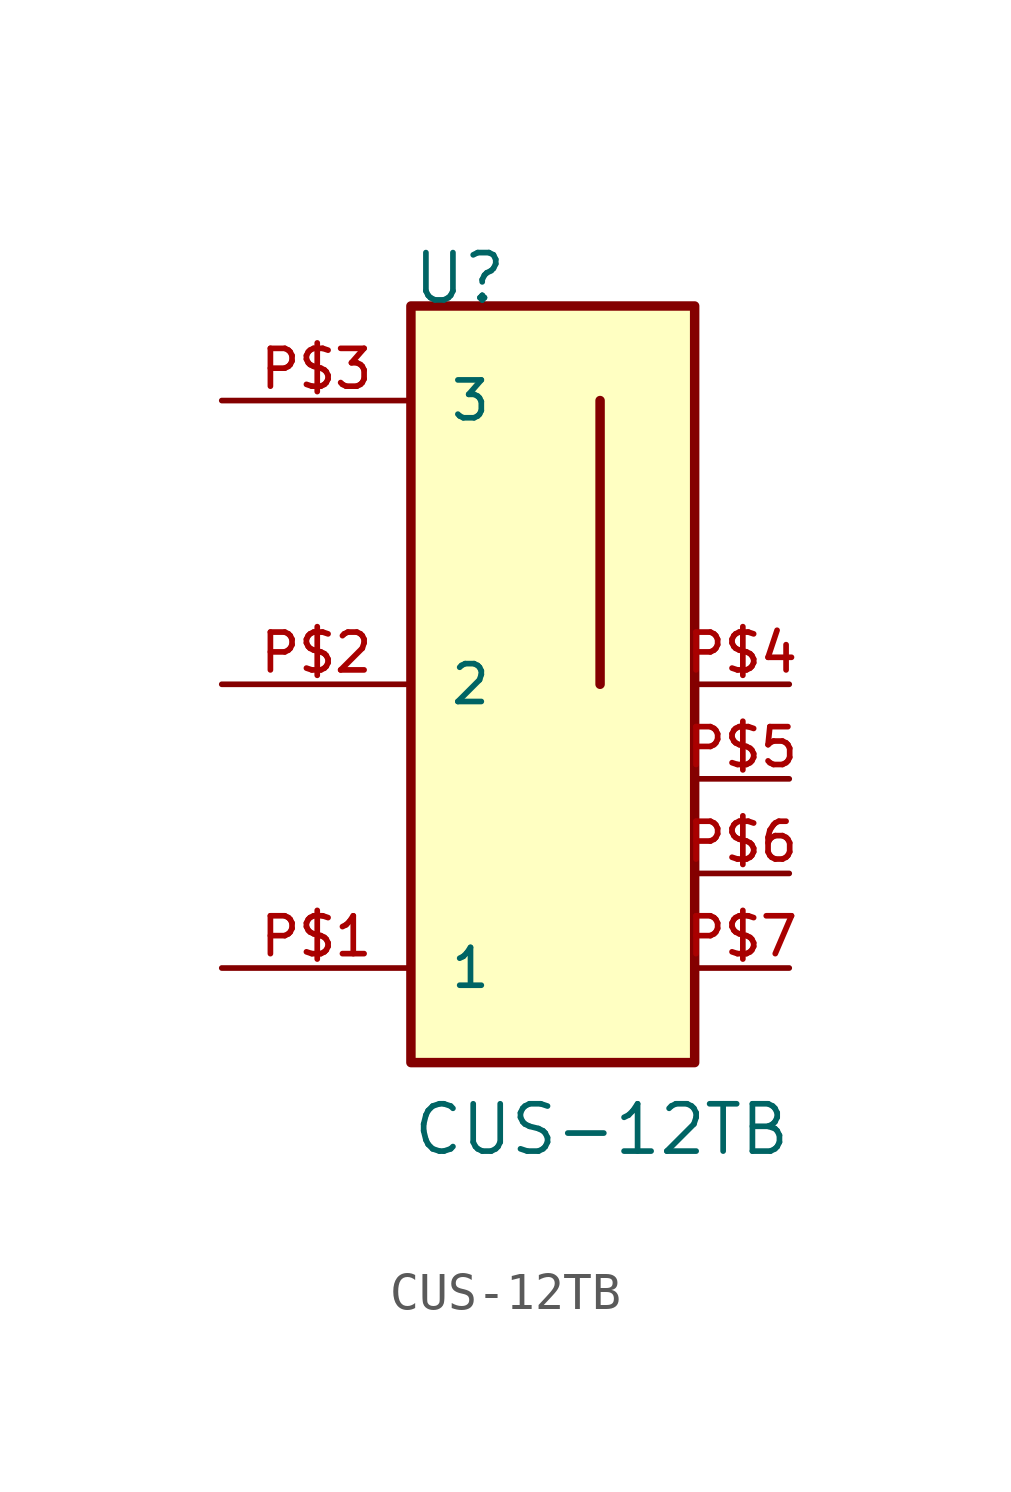
<source format=kicad_sym>
(kicad_symbol_lib
  (version 20211014)
  (generator kicad_symbol_editor)
  (symbol "CUS-12TB"
    (pin_names
      (offset 1.016))
    (property "Reference" "U"
      (at -2.54 10.16 0)
      (effects (font (size 1.27 1.27)) (justify bottom left)))
    (property "Value" "CUS-12TB"
      (at -2.54 -12.7 0)
      (effects (font (size 1.27 1.27)) (justify bottom left)))
    (symbol "CUS-12TB_0_0"
      (polyline (pts (xy 2.54 7.62) (xy 2.54 0.0)) (stroke (width 0.254)))
      (rectangle (start -2.54 -10.16) (end 5.08 10.16) (stroke (width 0.254)) (fill (type background)))
      (pin bidirectional line (at -7.62 7.62 0) (length 5.08) (name "3" (effects (font (size 1.016 1.016)))) (number "P$3" (effects (font (size 1.016 1.016)))))
      (pin bidirectional line (at -7.62 0.0 0) (length 5.08) (name "2" (effects (font (size 1.016 1.016)))) (number "P$2" (effects (font (size 1.016 1.016)))))
      (pin bidirectional line (at -7.62 -7.62 0) (length 5.08) (name "1" (effects (font (size 1.016 1.016)))) (number "P$1" (effects (font (size 1.016 1.016)))))
      (pin power_in line (at 7.62 -7.62 180.0) (length 2.54) (name "~" (effects (font (size 1.016 1.016)))) (number "P$7" (effects (font (size 1.016 1.016)))))
      (pin power_in line (at 7.62 -5.08 180.0) (length 2.54) (name "~" (effects (font (size 1.016 1.016)))) (number "P$6" (effects (font (size 1.016 1.016)))))
      (pin power_in line (at 7.62 -2.54 180.0) (length 2.54) (name "~" (effects (font (size 1.016 1.016)))) (number "P$5" (effects (font (size 1.016 1.016)))))
      (pin power_in line (at 7.62 0.0 180.0) (length 2.54) (name "~" (effects (font (size 1.016 1.016)))) (number "P$4" (effects (font (size 1.016 1.016))))))))
</source>
